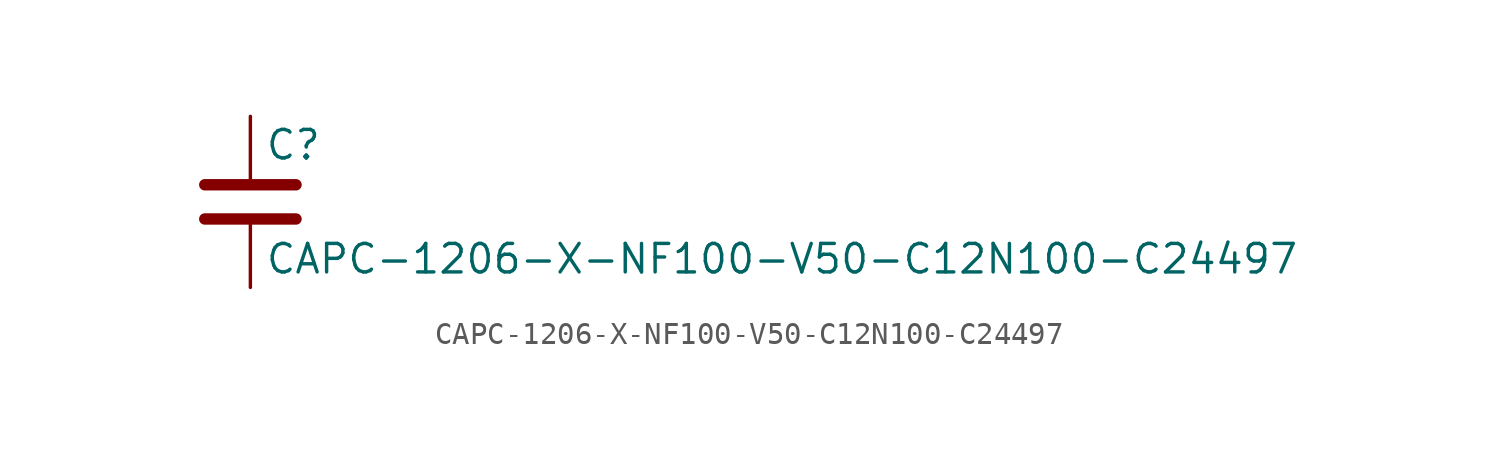
<source format=kicad_sym>
(kicad_symbol_lib
  (version 20211014)
  (generator kicad_symbol_editor)
  (symbol "CAPC-1206-X-NF100-V50-C12N100-C24497"
    (pin_numbers hide)
    (pin_names
      (offset 0.254))
    (property "Reference" "C"
      (at 0.635 2.54 0)
      (effects (font (size 1.27 1.27)) (justify left)))
    (property "Value" "CAPC-1206-X-NF100-V50-C12N100-C24497"
      (at 0.635 -2.54 0)
      (effects (font (size 1.27 1.27)) (justify left)))
    (symbol "CAPC-1206-X-NF100-V50-C12N100-C24497_0_1"
      (polyline (pts (xy -2.032 -0.762) (xy 2.032 -0.762)) (stroke (width 0.508) (type default) (color 0 0 0 0)) (fill (type none)))
      (polyline (pts (xy -2.032 0.762) (xy 2.032 0.762)) (stroke (width 0.508) (type default) (color 0 0 0 0)) (fill (type none))))
    (symbol "CAPC-1206-X-NF100-V50-C12N100-C24497_1_1"
      (pin passive line (at 0 3.81 270) (length 2.794) (name "~" (effects (font (size 1.27 1.27)))) (number "1" (effects (font (size 1.27 1.27)))))
      (pin passive line (at 0 -3.81 90) (length 2.794) (name "~" (effects (font (size 1.27 1.27)))) (number "2" (effects (font (size 1.27 1.27))))))))
</source>
